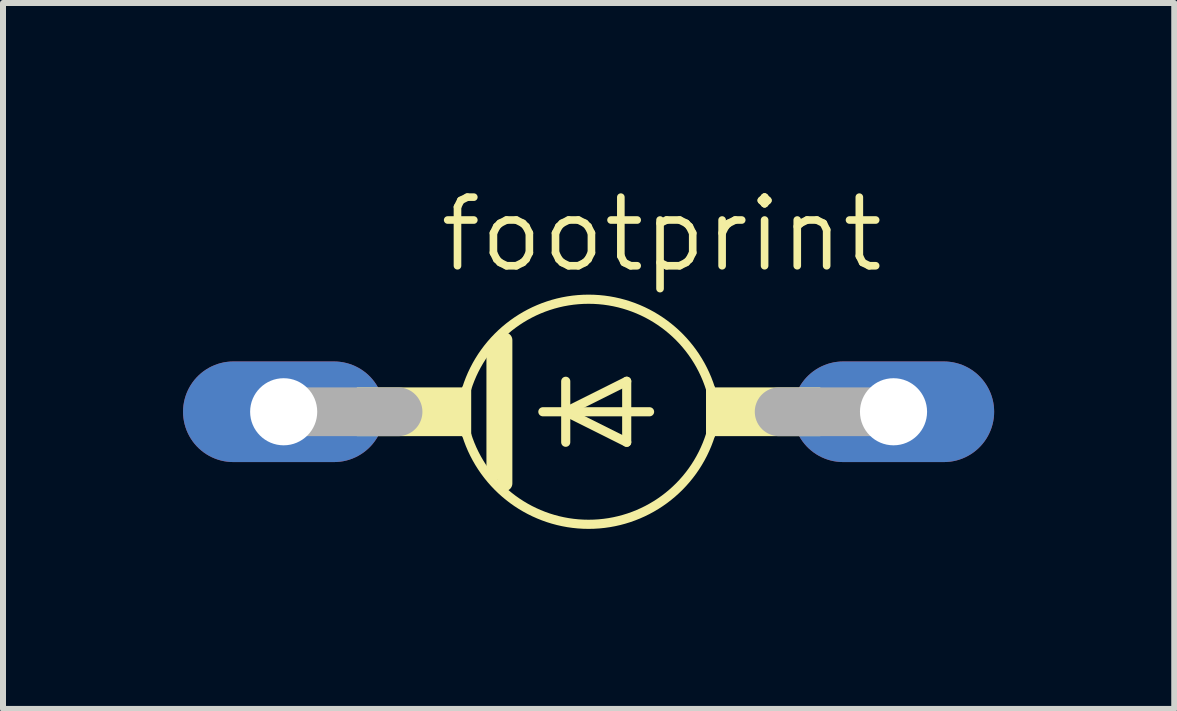
<source format=kicad_pcb>
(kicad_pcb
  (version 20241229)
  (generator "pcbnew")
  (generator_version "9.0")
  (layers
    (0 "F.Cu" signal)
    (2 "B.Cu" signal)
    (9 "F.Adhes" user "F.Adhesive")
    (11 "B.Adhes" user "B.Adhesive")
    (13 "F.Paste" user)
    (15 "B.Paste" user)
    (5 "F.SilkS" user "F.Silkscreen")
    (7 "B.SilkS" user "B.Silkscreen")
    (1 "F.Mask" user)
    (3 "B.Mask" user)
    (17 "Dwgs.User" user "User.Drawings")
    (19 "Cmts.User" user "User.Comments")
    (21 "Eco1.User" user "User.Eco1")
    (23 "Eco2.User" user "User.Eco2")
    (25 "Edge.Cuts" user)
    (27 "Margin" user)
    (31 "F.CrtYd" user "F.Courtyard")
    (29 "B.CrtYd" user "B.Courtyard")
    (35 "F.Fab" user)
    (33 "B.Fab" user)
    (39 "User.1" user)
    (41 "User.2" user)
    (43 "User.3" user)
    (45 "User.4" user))
  (footprint "footprint"
    (layer "F.Cu")
    (at 6.756 3.81)
    (property "Reference" "footprint" (at -2.54 -2.286 0) (layer "F.SilkS") (effects (font (size 1.143 1.143) (thickness 0.127)) (justify left bottom)))
    (fp_line (start -2.032 -0.381) (end -2.032 0.381) (stroke (width 0.152) (type solid)) (layer "F.SilkS"))
    (fp_line (start -1.575 -1.041) (end -1.575 1.016) (stroke (width 0.254) (type solid)) (layer "F.SilkS"))
    (fp_line (start -1.397 -1.194) (end -1.397 1.194) (stroke (width 0.254) (type solid)) (layer "F.SilkS"))
    (fp_line (start -0.762 0) (end -0.381 0) (stroke (width 0.152) (type solid)) (layer "F.SilkS"))
    (fp_line (start -0.381 -0.508) (end -0.381 0) (stroke (width 0.152) (type solid)) (layer "F.SilkS"))
    (fp_line (start -0.381 0) (end -0.381 0.508) (stroke (width 0.152) (type solid)) (layer "F.SilkS"))
    (fp_line (start -0.381 0) (end 0.635 -0.508) (stroke (width 0.152) (type solid)) (layer "F.SilkS"))
    (fp_line (start -0.381 0) (end 1.016 0) (stroke (width 0.152) (type solid)) (layer "F.SilkS"))
    (fp_line (start 0.635 -0.508) (end 0.635 0.508) (stroke (width 0.152) (type solid)) (layer "F.SilkS"))
    (fp_line (start 0.635 0.508) (end -0.381 0) (stroke (width 0.152) (type solid)) (layer "F.SilkS"))
    (fp_line (start 2.032 -0.381) (end 2.032 0.381) (stroke (width 0.152) (type solid)) (layer "F.SilkS"))
    (fp_arc (start -2.032 -0.381) (mid -0.000001 -1.874909) (end 2.031999 -0.381002) (stroke (width 0.1524) (type solid)) (layer "F.SilkS"))
    (fp_arc (start 2.031999 0.381002) (mid -0.000001 1.874908) (end -2.032 0.381) (stroke (width 0.1524) (type solid)) (layer "F.SilkS"))
    (fp_poly (pts (xy -3.861 0.406) (xy -2.032 0.406) (xy -2.032 -0.406) (xy -3.861 -0.406)) (stroke (width 0) (type solid)) (fill yes) (layer "F.SilkS"))
    (fp_poly (pts (xy 2.032 0.406) (xy 3.861 0.406) (xy 3.861 -0.406) (xy 2.032 -0.406)) (stroke (width 0) (type solid)) (fill yes) (layer "F.SilkS"))
    (fp_line (start -5.08 0) (end -3.175 0) (stroke (width 0.813) (type solid)) (layer "F.Fab"))
    (fp_line (start 5.08 0) (end 3.175 0) (stroke (width 0.813) (type solid)) (layer "F.Fab"))
    (pad "A" thru_hole oval (at 5.08 0) (size 3.353 1.676) (drill 1.118) (layers "*.Cu" "*.Mask"))
    (pad "C" thru_hole oval (at -5.08 0) (size 3.353 1.676) (drill 1.118) (layers "*.Cu" "*.Mask")))
  (gr_rect
    (start -3 -3)
    (end 16.513 8.761)
    (stroke (width 0.1) (type default))
    (fill no)
    (layer "Edge.Cuts")))
</source>
